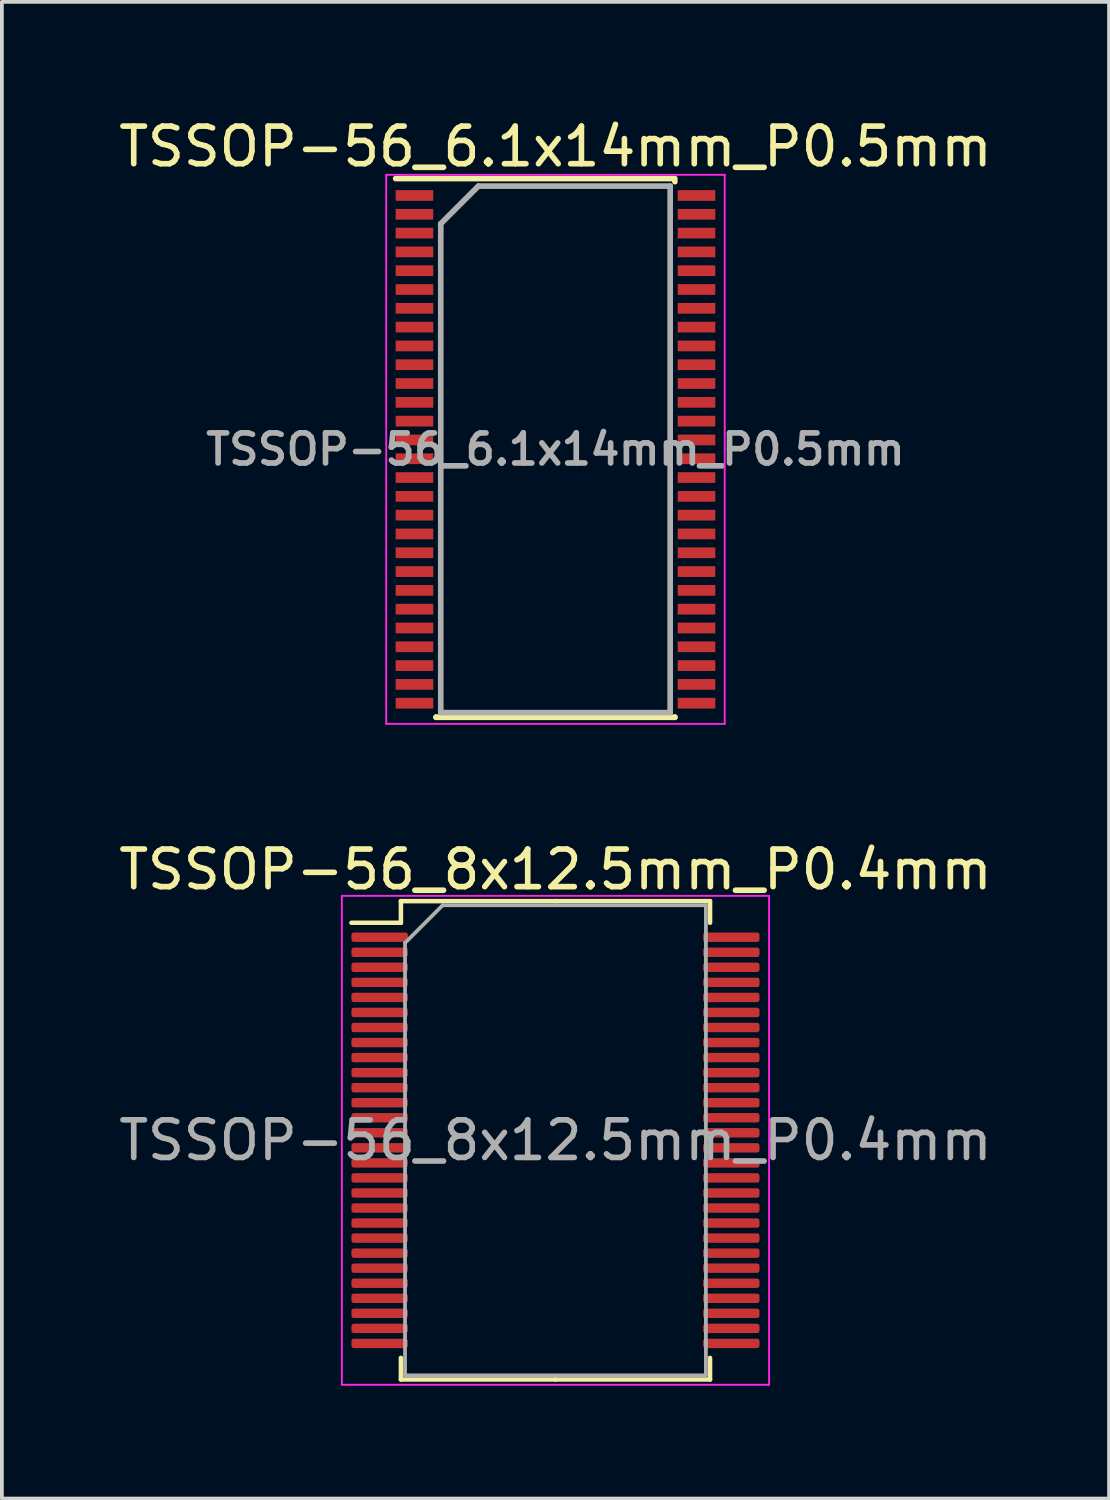
<source format=kicad_pcb>
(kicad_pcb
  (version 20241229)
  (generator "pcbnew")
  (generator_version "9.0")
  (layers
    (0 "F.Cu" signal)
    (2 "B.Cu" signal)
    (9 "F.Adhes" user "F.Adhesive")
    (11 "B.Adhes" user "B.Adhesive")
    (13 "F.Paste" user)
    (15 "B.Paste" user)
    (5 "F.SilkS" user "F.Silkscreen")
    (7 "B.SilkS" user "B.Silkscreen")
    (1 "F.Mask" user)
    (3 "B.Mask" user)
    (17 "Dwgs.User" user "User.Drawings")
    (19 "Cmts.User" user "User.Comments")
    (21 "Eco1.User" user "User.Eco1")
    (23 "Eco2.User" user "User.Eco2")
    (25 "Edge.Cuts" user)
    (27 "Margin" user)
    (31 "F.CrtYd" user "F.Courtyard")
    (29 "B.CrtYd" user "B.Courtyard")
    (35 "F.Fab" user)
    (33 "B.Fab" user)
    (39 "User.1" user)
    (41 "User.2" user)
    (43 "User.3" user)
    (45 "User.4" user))
  (footprint "TSSOP-56_6.1x14mm_P0.5mm"
    (layer "F.Cu")
    (at 11.72 8.898)
    (property "Reference" "TSSOP-56_6.1x14mm_P0.5mm" (at 0 -8.05 0) (layer "F.SilkS") (effects (font (size 1 1) (thickness 0.15))))
    (attr smd)
    (fp_line (start -4.25 -7.2) (end 3.175 -7.2) (stroke (width 0.15) (type solid)) (layer "F.SilkS"))
    (fp_line (start -3.175 7.125) (end -3.175 7.117) (stroke (width 0.15) (type solid)) (layer "F.SilkS"))
    (fp_line (start -3.175 7.125) (end 3.175 7.125) (stroke (width 0.15) (type solid)) (layer "F.SilkS"))
    (fp_line (start 3.175 -7.125) (end 3.175 -7.117) (stroke (width 0.15) (type solid)) (layer "F.SilkS"))
    (fp_line (start 3.175 7.125) (end 3.175 7.117) (stroke (width 0.15) (type solid)) (layer "F.SilkS"))
    (fp_line (start -4.5 -7.3) (end -4.5 7.3) (stroke (width 0.05) (type solid)) (layer "F.CrtYd"))
    (fp_line (start -4.5 -7.3) (end 4.5 -7.3) (stroke (width 0.05) (type solid)) (layer "F.CrtYd"))
    (fp_line (start -4.5 7.3) (end 4.5 7.3) (stroke (width 0.05) (type solid)) (layer "F.CrtYd"))
    (fp_line (start 4.5 -7.3) (end 4.5 7.3) (stroke (width 0.05) (type solid)) (layer "F.CrtYd"))
    (fp_line (start -3.05 -6) (end -2.05 -7) (stroke (width 0.15) (type solid)) (layer "F.Fab"))
    (fp_line (start -3.05 7) (end -3.05 -6) (stroke (width 0.15) (type solid)) (layer "F.Fab"))
    (fp_line (start -2.05 -7) (end 3.05 -7) (stroke (width 0.15) (type solid)) (layer "F.Fab"))
    (fp_line (start 3.05 -7) (end 3.05 7) (stroke (width 0.15) (type solid)) (layer "F.Fab"))
    (fp_line (start 3.05 7) (end -3.05 7) (stroke (width 0.15) (type solid)) (layer "F.Fab"))
    (fp_text user "${REFERENCE}" (at 0 0 0) (layer "F.Fab") (effects (font (size 0.8 0.8) (thickness 0.15))))
    (pad "1" smd rect (at -3.75 -6.75) (size 1 0.285) (layers "F.Cu" "F.Mask" "F.Paste"))
    (pad "2" smd rect (at -3.75 -6.25) (size 1 0.285) (layers "F.Cu" "F.Mask" "F.Paste"))
    (pad "3" smd rect (at -3.75 -5.75) (size 1 0.285) (layers "F.Cu" "F.Mask" "F.Paste"))
    (pad "4" smd rect (at -3.75 -5.25) (size 1 0.285) (layers "F.Cu" "F.Mask" "F.Paste"))
    (pad "5" smd rect (at -3.75 -4.75) (size 1 0.285) (layers "F.Cu" "F.Mask" "F.Paste"))
    (pad "6" smd rect (at -3.75 -4.25) (size 1 0.285) (layers "F.Cu" "F.Mask" "F.Paste"))
    (pad "7" smd rect (at -3.75 -3.75) (size 1 0.285) (layers "F.Cu" "F.Mask" "F.Paste"))
    (pad "8" smd rect (at -3.75 -3.25) (size 1 0.285) (layers "F.Cu" "F.Mask" "F.Paste"))
    (pad "9" smd rect (at -3.75 -2.75) (size 1 0.285) (layers "F.Cu" "F.Mask" "F.Paste"))
    (pad "10" smd rect (at -3.75 -2.25) (size 1 0.285) (layers "F.Cu" "F.Mask" "F.Paste"))
    (pad "11" smd rect (at -3.75 -1.75) (size 1 0.285) (layers "F.Cu" "F.Mask" "F.Paste"))
    (pad "12" smd rect (at -3.75 -1.25) (size 1 0.285) (layers "F.Cu" "F.Mask" "F.Paste"))
    (pad "13" smd rect (at -3.75 -0.75) (size 1 0.285) (layers "F.Cu" "F.Mask" "F.Paste"))
    (pad "14" smd rect (at -3.75 -0.25) (size 1 0.285) (layers "F.Cu" "F.Mask" "F.Paste"))
    (pad "15" smd rect (at -3.75 0.25) (size 1 0.285) (layers "F.Cu" "F.Mask" "F.Paste"))
    (pad "16" smd rect (at -3.75 0.75) (size 1 0.285) (layers "F.Cu" "F.Mask" "F.Paste"))
    (pad "17" smd rect (at -3.75 1.25) (size 1 0.285) (layers "F.Cu" "F.Mask" "F.Paste"))
    (pad "18" smd rect (at -3.75 1.75) (size 1 0.285) (layers "F.Cu" "F.Mask" "F.Paste"))
    (pad "19" smd rect (at -3.75 2.25) (size 1 0.285) (layers "F.Cu" "F.Mask" "F.Paste"))
    (pad "20" smd rect (at -3.75 2.75) (size 1 0.285) (layers "F.Cu" "F.Mask" "F.Paste"))
    (pad "21" smd rect (at -3.75 3.25) (size 1 0.285) (layers "F.Cu" "F.Mask" "F.Paste"))
    (pad "22" smd rect (at -3.75 3.75) (size 1 0.285) (layers "F.Cu" "F.Mask" "F.Paste"))
    (pad "23" smd rect (at -3.75 4.25) (size 1 0.285) (layers "F.Cu" "F.Mask" "F.Paste"))
    (pad "24" smd rect (at -3.75 4.75) (size 1 0.285) (layers "F.Cu" "F.Mask" "F.Paste"))
    (pad "25" smd rect (at -3.75 5.25) (size 1 0.285) (layers "F.Cu" "F.Mask" "F.Paste"))
    (pad "26" smd rect (at -3.75 5.75) (size 1 0.285) (layers "F.Cu" "F.Mask" "F.Paste"))
    (pad "27" smd rect (at -3.75 6.25) (size 1 0.285) (layers "F.Cu" "F.Mask" "F.Paste"))
    (pad "28" smd rect (at -3.75 6.75) (size 1 0.285) (layers "F.Cu" "F.Mask" "F.Paste"))
    (pad "29" smd rect (at 3.75 6.75) (size 1 0.285) (layers "F.Cu" "F.Mask" "F.Paste"))
    (pad "30" smd rect (at 3.75 6.25) (size 1 0.285) (layers "F.Cu" "F.Mask" "F.Paste"))
    (pad "31" smd rect (at 3.75 5.75) (size 1 0.285) (layers "F.Cu" "F.Mask" "F.Paste"))
    (pad "32" smd rect (at 3.75 5.25) (size 1 0.285) (layers "F.Cu" "F.Mask" "F.Paste"))
    (pad "33" smd rect (at 3.75 4.75) (size 1 0.285) (layers "F.Cu" "F.Mask" "F.Paste"))
    (pad "34" smd rect (at 3.75 4.25) (size 1 0.285) (layers "F.Cu" "F.Mask" "F.Paste"))
    (pad "35" smd rect (at 3.75 3.75) (size 1 0.285) (layers "F.Cu" "F.Mask" "F.Paste"))
    (pad "36" smd rect (at 3.75 3.25) (size 1 0.285) (layers "F.Cu" "F.Mask" "F.Paste"))
    (pad "37" smd rect (at 3.75 2.75) (size 1 0.285) (layers "F.Cu" "F.Mask" "F.Paste"))
    (pad "38" smd rect (at 3.75 2.25) (size 1 0.285) (layers "F.Cu" "F.Mask" "F.Paste"))
    (pad "39" smd rect (at 3.75 1.75) (size 1 0.285) (layers "F.Cu" "F.Mask" "F.Paste"))
    (pad "40" smd rect (at 3.75 1.25) (size 1 0.285) (layers "F.Cu" "F.Mask" "F.Paste"))
    (pad "41" smd rect (at 3.75 0.75) (size 1 0.285) (layers "F.Cu" "F.Mask" "F.Paste"))
    (pad "42" smd rect (at 3.75 0.25) (size 1 0.285) (layers "F.Cu" "F.Mask" "F.Paste"))
    (pad "43" smd rect (at 3.75 -0.25) (size 1 0.285) (layers "F.Cu" "F.Mask" "F.Paste"))
    (pad "44" smd rect (at 3.75 -0.75) (size 1 0.285) (layers "F.Cu" "F.Mask" "F.Paste"))
    (pad "45" smd rect (at 3.75 -1.25) (size 1 0.285) (layers "F.Cu" "F.Mask" "F.Paste"))
    (pad "46" smd rect (at 3.75 -1.75) (size 1 0.285) (layers "F.Cu" "F.Mask" "F.Paste"))
    (pad "47" smd rect (at 3.75 -2.25) (size 1 0.285) (layers "F.Cu" "F.Mask" "F.Paste"))
    (pad "48" smd rect (at 3.75 -2.75) (size 1 0.285) (layers "F.Cu" "F.Mask" "F.Paste"))
    (pad "49" smd rect (at 3.75 -3.25) (size 1 0.285) (layers "F.Cu" "F.Mask" "F.Paste"))
    (pad "50" smd rect (at 3.75 -3.75) (size 1 0.285) (layers "F.Cu" "F.Mask" "F.Paste"))
    (pad "51" smd rect (at 3.75 -4.25) (size 1 0.285) (layers "F.Cu" "F.Mask" "F.Paste"))
    (pad "52" smd rect (at 3.75 -4.75) (size 1 0.285) (layers "F.Cu" "F.Mask" "F.Paste"))
    (pad "53" smd rect (at 3.75 -5.25) (size 1 0.285) (layers "F.Cu" "F.Mask" "F.Paste"))
    (pad "54" smd rect (at 3.75 -5.75) (size 1 0.285) (layers "F.Cu" "F.Mask" "F.Paste"))
    (pad "55" smd rect (at 3.75 -6.25) (size 1 0.285) (layers "F.Cu" "F.Mask" "F.Paste"))
    (pad "56" smd rect (at 3.75 -6.75) (size 1 0.285) (layers "F.Cu" "F.Mask" "F.Paste")))
  (footprint "TSSOP-56_8x12.5mm_P0.4mm"
    (layer "F.Cu")
    (at 11.72 27.271)
    (property "Reference" "TSSOP-56_8x12.5mm_P0.4mm" (at 0 -7.2 0) (layer "F.SilkS") (effects (font (size 1 1) (thickness 0.15))))
    (attr smd)
    (fp_line (start -4.11 -6.36) (end -4.11 -5.785) (stroke (width 0.12) (type solid)) (layer "F.SilkS"))
    (fp_line (start -4.11 -5.785) (end -5.425 -5.785) (stroke (width 0.12) (type solid)) (layer "F.SilkS"))
    (fp_line (start -4.11 6.36) (end -4.11 5.785) (stroke (width 0.12) (type solid)) (layer "F.SilkS"))
    (fp_line (start 0 -6.36) (end -4.11 -6.36) (stroke (width 0.12) (type solid)) (layer "F.SilkS"))
    (fp_line (start 0 -6.36) (end 4.11 -6.36) (stroke (width 0.12) (type solid)) (layer "F.SilkS"))
    (fp_line (start 0 6.36) (end -4.11 6.36) (stroke (width 0.12) (type solid)) (layer "F.SilkS"))
    (fp_line (start 0 6.36) (end 4.11 6.36) (stroke (width 0.12) (type solid)) (layer "F.SilkS"))
    (fp_line (start 4.11 -6.36) (end 4.11 -5.785) (stroke (width 0.12) (type solid)) (layer "F.SilkS"))
    (fp_line (start 4.11 6.36) (end 4.11 5.785) (stroke (width 0.12) (type solid)) (layer "F.SilkS"))
    (fp_line (start -5.68 -6.5) (end -5.68 6.5) (stroke (width 0.05) (type solid)) (layer "F.CrtYd"))
    (fp_line (start -5.68 6.5) (end 5.68 6.5) (stroke (width 0.05) (type solid)) (layer "F.CrtYd"))
    (fp_line (start 5.68 -6.5) (end -5.68 -6.5) (stroke (width 0.05) (type solid)) (layer "F.CrtYd"))
    (fp_line (start 5.68 6.5) (end 5.68 -6.5) (stroke (width 0.05) (type solid)) (layer "F.CrtYd"))
    (fp_line (start -4 -5.25) (end -3 -6.25) (stroke (width 0.1) (type solid)) (layer "F.Fab"))
    (fp_line (start -4 6.25) (end -4 -5.25) (stroke (width 0.1) (type solid)) (layer "F.Fab"))
    (fp_line (start -3 -6.25) (end 4 -6.25) (stroke (width 0.1) (type solid)) (layer "F.Fab"))
    (fp_line (start 4 -6.25) (end 4 6.25) (stroke (width 0.1) (type solid)) (layer "F.Fab"))
    (fp_line (start 4 6.25) (end -4 6.25) (stroke (width 0.1) (type solid)) (layer "F.Fab"))
    (fp_text user "${REFERENCE}" (at 0 0 0) (layer "F.Fab") (effects (font (size 1 1) (thickness 0.15))))
    (pad "1" smd roundrect (at -4.675 -5.4) (size 1.5 0.25) (layers "F.Cu" "F.Mask" "F.Paste") (roundrect_rratio 0.25))
    (pad "2" smd roundrect (at -4.675 -5) (size 1.5 0.25) (layers "F.Cu" "F.Mask" "F.Paste") (roundrect_rratio 0.25))
    (pad "3" smd roundrect (at -4.675 -4.6) (size 1.5 0.25) (layers "F.Cu" "F.Mask" "F.Paste") (roundrect_rratio 0.25))
    (pad "4" smd roundrect (at -4.675 -4.2) (size 1.5 0.25) (layers "F.Cu" "F.Mask" "F.Paste") (roundrect_rratio 0.25))
    (pad "5" smd roundrect (at -4.675 -3.8) (size 1.5 0.25) (layers "F.Cu" "F.Mask" "F.Paste") (roundrect_rratio 0.25))
    (pad "6" smd roundrect (at -4.675 -3.4) (size 1.5 0.25) (layers "F.Cu" "F.Mask" "F.Paste") (roundrect_rratio 0.25))
    (pad "7" smd roundrect (at -4.675 -3) (size 1.5 0.25) (layers "F.Cu" "F.Mask" "F.Paste") (roundrect_rratio 0.25))
    (pad "8" smd roundrect (at -4.675 -2.6) (size 1.5 0.25) (layers "F.Cu" "F.Mask" "F.Paste") (roundrect_rratio 0.25))
    (pad "9" smd roundrect (at -4.675 -2.2) (size 1.5 0.25) (layers "F.Cu" "F.Mask" "F.Paste") (roundrect_rratio 0.25))
    (pad "10" smd roundrect (at -4.675 -1.8) (size 1.5 0.25) (layers "F.Cu" "F.Mask" "F.Paste") (roundrect_rratio 0.25))
    (pad "11" smd roundrect (at -4.675 -1.4) (size 1.5 0.25) (layers "F.Cu" "F.Mask" "F.Paste") (roundrect_rratio 0.25))
    (pad "12" smd roundrect (at -4.675 -1) (size 1.5 0.25) (layers "F.Cu" "F.Mask" "F.Paste") (roundrect_rratio 0.25))
    (pad "13" smd roundrect (at -4.675 -0.6) (size 1.5 0.25) (layers "F.Cu" "F.Mask" "F.Paste") (roundrect_rratio 0.25))
    (pad "14" smd roundrect (at -4.675 -0.2) (size 1.5 0.25) (layers "F.Cu" "F.Mask" "F.Paste") (roundrect_rratio 0.25))
    (pad "15" smd roundrect (at -4.675 0.2) (size 1.5 0.25) (layers "F.Cu" "F.Mask" "F.Paste") (roundrect_rratio 0.25))
    (pad "16" smd roundrect (at -4.675 0.6) (size 1.5 0.25) (layers "F.Cu" "F.Mask" "F.Paste") (roundrect_rratio 0.25))
    (pad "17" smd roundrect (at -4.675 1) (size 1.5 0.25) (layers "F.Cu" "F.Mask" "F.Paste") (roundrect_rratio 0.25))
    (pad "18" smd roundrect (at -4.675 1.4) (size 1.5 0.25) (layers "F.Cu" "F.Mask" "F.Paste") (roundrect_rratio 0.25))
    (pad "19" smd roundrect (at -4.675 1.8) (size 1.5 0.25) (layers "F.Cu" "F.Mask" "F.Paste") (roundrect_rratio 0.25))
    (pad "20" smd roundrect (at -4.675 2.2) (size 1.5 0.25) (layers "F.Cu" "F.Mask" "F.Paste") (roundrect_rratio 0.25))
    (pad "21" smd roundrect (at -4.675 2.6) (size 1.5 0.25) (layers "F.Cu" "F.Mask" "F.Paste") (roundrect_rratio 0.25))
    (pad "22" smd roundrect (at -4.675 3) (size 1.5 0.25) (layers "F.Cu" "F.Mask" "F.Paste") (roundrect_rratio 0.25))
    (pad "23" smd roundrect (at -4.675 3.4) (size 1.5 0.25) (layers "F.Cu" "F.Mask" "F.Paste") (roundrect_rratio 0.25))
    (pad "24" smd roundrect (at -4.675 3.8) (size 1.5 0.25) (layers "F.Cu" "F.Mask" "F.Paste") (roundrect_rratio 0.25))
    (pad "25" smd roundrect (at -4.675 4.2) (size 1.5 0.25) (layers "F.Cu" "F.Mask" "F.Paste") (roundrect_rratio 0.25))
    (pad "26" smd roundrect (at -4.675 4.6) (size 1.5 0.25) (layers "F.Cu" "F.Mask" "F.Paste") (roundrect_rratio 0.25))
    (pad "27" smd roundrect (at -4.675 5) (size 1.5 0.25) (layers "F.Cu" "F.Mask" "F.Paste") (roundrect_rratio 0.25))
    (pad "28" smd roundrect (at -4.675 5.4) (size 1.5 0.25) (layers "F.Cu" "F.Mask" "F.Paste") (roundrect_rratio 0.25))
    (pad "29" smd roundrect (at 4.675 5.4) (size 1.5 0.25) (layers "F.Cu" "F.Mask" "F.Paste") (roundrect_rratio 0.25))
    (pad "30" smd roundrect (at 4.675 5) (size 1.5 0.25) (layers "F.Cu" "F.Mask" "F.Paste") (roundrect_rratio 0.25))
    (pad "31" smd roundrect (at 4.675 4.6) (size 1.5 0.25) (layers "F.Cu" "F.Mask" "F.Paste") (roundrect_rratio 0.25))
    (pad "32" smd roundrect (at 4.675 4.2) (size 1.5 0.25) (layers "F.Cu" "F.Mask" "F.Paste") (roundrect_rratio 0.25))
    (pad "33" smd roundrect (at 4.675 3.8) (size 1.5 0.25) (layers "F.Cu" "F.Mask" "F.Paste") (roundrect_rratio 0.25))
    (pad "34" smd roundrect (at 4.675 3.4) (size 1.5 0.25) (layers "F.Cu" "F.Mask" "F.Paste") (roundrect_rratio 0.25))
    (pad "35" smd roundrect (at 4.675 3) (size 1.5 0.25) (layers "F.Cu" "F.Mask" "F.Paste") (roundrect_rratio 0.25))
    (pad "36" smd roundrect (at 4.675 2.6) (size 1.5 0.25) (layers "F.Cu" "F.Mask" "F.Paste") (roundrect_rratio 0.25))
    (pad "37" smd roundrect (at 4.675 2.2) (size 1.5 0.25) (layers "F.Cu" "F.Mask" "F.Paste") (roundrect_rratio 0.25))
    (pad "38" smd roundrect (at 4.675 1.8) (size 1.5 0.25) (layers "F.Cu" "F.Mask" "F.Paste") (roundrect_rratio 0.25))
    (pad "39" smd roundrect (at 4.675 1.4) (size 1.5 0.25) (layers "F.Cu" "F.Mask" "F.Paste") (roundrect_rratio 0.25))
    (pad "40" smd roundrect (at 4.675 1) (size 1.5 0.25) (layers "F.Cu" "F.Mask" "F.Paste") (roundrect_rratio 0.25))
    (pad "41" smd roundrect (at 4.675 0.6) (size 1.5 0.25) (layers "F.Cu" "F.Mask" "F.Paste") (roundrect_rratio 0.25))
    (pad "42" smd roundrect (at 4.675 0.2) (size 1.5 0.25) (layers "F.Cu" "F.Mask" "F.Paste") (roundrect_rratio 0.25))
    (pad "43" smd roundrect (at 4.675 -0.2) (size 1.5 0.25) (layers "F.Cu" "F.Mask" "F.Paste") (roundrect_rratio 0.25))
    (pad "44" smd roundrect (at 4.675 -0.6) (size 1.5 0.25) (layers "F.Cu" "F.Mask" "F.Paste") (roundrect_rratio 0.25))
    (pad "45" smd roundrect (at 4.675 -1) (size 1.5 0.25) (layers "F.Cu" "F.Mask" "F.Paste") (roundrect_rratio 0.25))
    (pad "46" smd roundrect (at 4.675 -1.4) (size 1.5 0.25) (layers "F.Cu" "F.Mask" "F.Paste") (roundrect_rratio 0.25))
    (pad "47" smd roundrect (at 4.675 -1.8) (size 1.5 0.25) (layers "F.Cu" "F.Mask" "F.Paste") (roundrect_rratio 0.25))
    (pad "48" smd roundrect (at 4.675 -2.2) (size 1.5 0.25) (layers "F.Cu" "F.Mask" "F.Paste") (roundrect_rratio 0.25))
    (pad "49" smd roundrect (at 4.675 -2.6) (size 1.5 0.25) (layers "F.Cu" "F.Mask" "F.Paste") (roundrect_rratio 0.25))
    (pad "50" smd roundrect (at 4.675 -3) (size 1.5 0.25) (layers "F.Cu" "F.Mask" "F.Paste") (roundrect_rratio 0.25))
    (pad "51" smd roundrect (at 4.675 -3.4) (size 1.5 0.25) (layers "F.Cu" "F.Mask" "F.Paste") (roundrect_rratio 0.25))
    (pad "52" smd roundrect (at 4.675 -3.8) (size 1.5 0.25) (layers "F.Cu" "F.Mask" "F.Paste") (roundrect_rratio 0.25))
    (pad "53" smd roundrect (at 4.675 -4.2) (size 1.5 0.25) (layers "F.Cu" "F.Mask" "F.Paste") (roundrect_rratio 0.25))
    (pad "54" smd roundrect (at 4.675 -4.6) (size 1.5 0.25) (layers "F.Cu" "F.Mask" "F.Paste") (roundrect_rratio 0.25))
    (pad "55" smd roundrect (at 4.675 -5) (size 1.5 0.25) (layers "F.Cu" "F.Mask" "F.Paste") (roundrect_rratio 0.25))
    (pad "56" smd roundrect (at 4.675 -5.4) (size 1.5 0.25) (layers "F.Cu" "F.Mask" "F.Paste") (roundrect_rratio 0.25)))
  (gr_rect
    (start -3 -3)
    (end 26.44 36.797)
    (stroke (width 0.1) (type default))
    (fill no)
    (layer "Edge.Cuts")))
</source>
